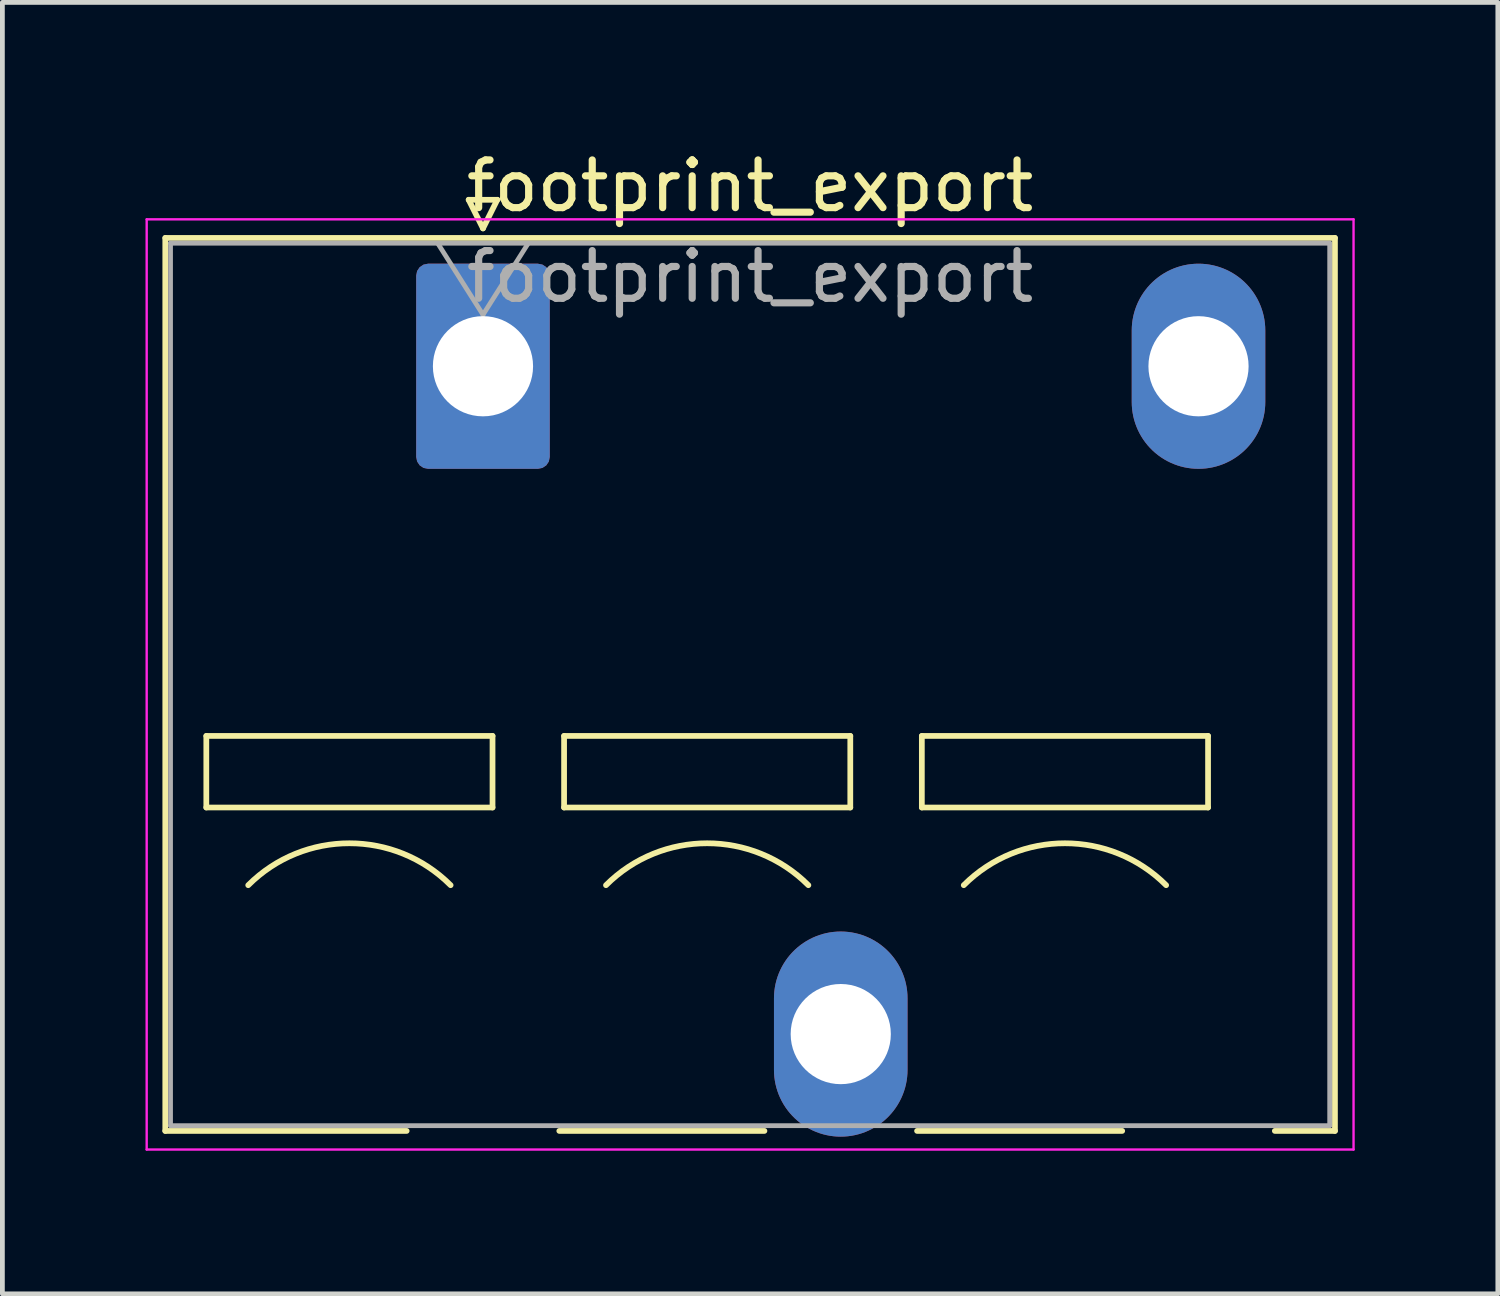
<source format=kicad_pcb>
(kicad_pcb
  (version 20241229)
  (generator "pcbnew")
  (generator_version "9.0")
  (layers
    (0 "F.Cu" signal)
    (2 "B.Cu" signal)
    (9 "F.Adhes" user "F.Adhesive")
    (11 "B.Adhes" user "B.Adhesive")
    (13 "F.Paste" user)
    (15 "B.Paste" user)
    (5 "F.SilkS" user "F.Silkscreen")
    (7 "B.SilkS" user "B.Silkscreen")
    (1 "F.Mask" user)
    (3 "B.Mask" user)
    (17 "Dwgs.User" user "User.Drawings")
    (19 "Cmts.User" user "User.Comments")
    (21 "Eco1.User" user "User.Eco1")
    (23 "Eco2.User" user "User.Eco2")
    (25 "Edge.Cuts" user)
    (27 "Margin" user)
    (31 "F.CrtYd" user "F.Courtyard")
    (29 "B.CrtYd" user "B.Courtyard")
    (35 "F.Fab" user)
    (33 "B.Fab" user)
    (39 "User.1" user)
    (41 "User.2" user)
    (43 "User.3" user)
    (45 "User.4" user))
  (footprint "footprint_export"
    (layer "F.Cu")
    (at 7.075 4.628)
    (property "Reference" "footprint_export" (at 5.6 -3.78 0) (layer "F.SilkS") (effects (font (size 1 1) (thickness 0.15))))
    (attr through_hole)
    (fp_line (start -6.66 -2.69) (end 17.86 -2.69) (stroke (width 0.12) (type solid)) (layer "F.SilkS"))
    (fp_line (start -6.66 16.03) (end -6.66 -2.69) (stroke (width 0.12) (type solid)) (layer "F.SilkS"))
    (fp_line (start -6.66 16.03) (end -1.6 16.03) (stroke (width 0.12) (type solid)) (layer "F.SilkS"))
    (fp_line (start -5.8 7.75) (end -5.8 9.25) (stroke (width 0.12) (type solid)) (layer "F.SilkS"))
    (fp_line (start -5.8 9.25) (end 0.2 9.25) (stroke (width 0.12) (type solid)) (layer "F.SilkS"))
    (fp_line (start -0.3 -3.49) (end 0 -2.89) (stroke (width 0.12) (type solid)) (layer "F.SilkS"))
    (fp_line (start -0.3 -3.49) (end 0.3 -3.49) (stroke (width 0.12) (type solid)) (layer "F.SilkS"))
    (fp_line (start 0.2 7.75) (end -5.8 7.75) (stroke (width 0.12) (type solid)) (layer "F.SilkS"))
    (fp_line (start 0.2 9.25) (end 0.2 7.75) (stroke (width 0.12) (type solid)) (layer "F.SilkS"))
    (fp_line (start 0.3 -3.49) (end 0 -2.89) (stroke (width 0.12) (type solid)) (layer "F.SilkS"))
    (fp_line (start 1.6 16.03) (end 5.9 16.03) (stroke (width 0.12) (type solid)) (layer "F.SilkS"))
    (fp_line (start 1.7 7.75) (end 1.7 9.25) (stroke (width 0.12) (type solid)) (layer "F.SilkS"))
    (fp_line (start 1.7 9.25) (end 7.7 9.25) (stroke (width 0.12) (type solid)) (layer "F.SilkS"))
    (fp_line (start 7.7 7.75) (end 1.7 7.75) (stroke (width 0.12) (type solid)) (layer "F.SilkS"))
    (fp_line (start 7.7 9.25) (end 7.7 7.75) (stroke (width 0.12) (type solid)) (layer "F.SilkS"))
    (fp_line (start 9.1 16.03) (end 13.4 16.03) (stroke (width 0.12) (type solid)) (layer "F.SilkS"))
    (fp_line (start 9.2 7.75) (end 9.2 9.25) (stroke (width 0.12) (type solid)) (layer "F.SilkS"))
    (fp_line (start 9.2 9.25) (end 15.2 9.25) (stroke (width 0.12) (type solid)) (layer "F.SilkS"))
    (fp_line (start 15.2 7.75) (end 9.2 7.75) (stroke (width 0.12) (type solid)) (layer "F.SilkS"))
    (fp_line (start 15.2 9.25) (end 15.2 7.75) (stroke (width 0.12) (type solid)) (layer "F.SilkS"))
    (fp_line (start 16.6 16.03) (end 17.86 16.03) (stroke (width 0.12) (type solid)) (layer "F.SilkS"))
    (fp_line (start 17.86 -2.69) (end 17.86 16.03) (stroke (width 0.12) (type solid)) (layer "F.SilkS"))
    (fp_arc (start -4.92132 10.87868) (mid -2.8 10) (end -0.67868 10.87868) (stroke (width 0.12) (type solid)) (layer "F.SilkS"))
    (fp_arc (start 2.57868 10.87868) (mid 4.7 10) (end 6.82132 10.87868) (stroke (width 0.12) (type solid)) (layer "F.SilkS"))
    (fp_arc (start 10.07868 10.87868) (mid 12.2 10) (end 14.32132 10.87868) (stroke (width 0.12) (type solid)) (layer "F.SilkS"))
    (fp_line (start -7.05 -3.08) (end -7.05 16.42) (stroke (width 0.05) (type solid)) (layer "F.CrtYd"))
    (fp_line (start -7.05 16.42) (end 18.25 16.42) (stroke (width 0.05) (type solid)) (layer "F.CrtYd"))
    (fp_line (start 18.25 -3.08) (end -7.05 -3.08) (stroke (width 0.05) (type solid)) (layer "F.CrtYd"))
    (fp_line (start 18.25 16.42) (end 18.25 -3.08) (stroke (width 0.05) (type solid)) (layer "F.CrtYd"))
    (fp_line (start -6.55 -2.58) (end -6.55 15.92) (stroke (width 0.1) (type solid)) (layer "F.Fab"))
    (fp_line (start -6.55 15.92) (end 17.75 15.92) (stroke (width 0.1) (type solid)) (layer "F.Fab"))
    (fp_line (start -0.95 -2.58) (end 0 -1.08) (stroke (width 0.1) (type solid)) (layer "F.Fab"))
    (fp_line (start 0.95 -2.58) (end 0 -1.08) (stroke (width 0.1) (type solid)) (layer "F.Fab"))
    (fp_line (start 17.75 -2.58) (end -6.55 -2.58) (stroke (width 0.1) (type solid)) (layer "F.Fab"))
    (fp_line (start 17.75 15.92) (end 17.75 -2.58) (stroke (width 0.1) (type solid)) (layer "F.Fab"))
    (fp_text user "${REFERENCE}" (at 5.6 -1.88 0) (layer "F.Fab") (effects (font (size 1 1) (thickness 0.15))))
    (pad "1" thru_hole roundrect (at 0 0) (size 2.8 4.3) (drill 2.1) (layers "*.Cu" "*.Mask") (roundrect_rratio 0.089))
    (pad "2" thru_hole oval (at 7.5 14) (size 2.8 4.3) (drill 2.1) (layers "*.Cu" "*.Mask"))
    (pad "3" thru_hole oval (at 15 0) (size 2.8 4.3) (drill 2.1) (layers "*.Cu" "*.Mask")))
  (gr_rect
    (start -3 -3)
    (end 28.35 24.073)
    (stroke (width 0.1) (type default))
    (fill no)
    (layer "Edge.Cuts")))
</source>
